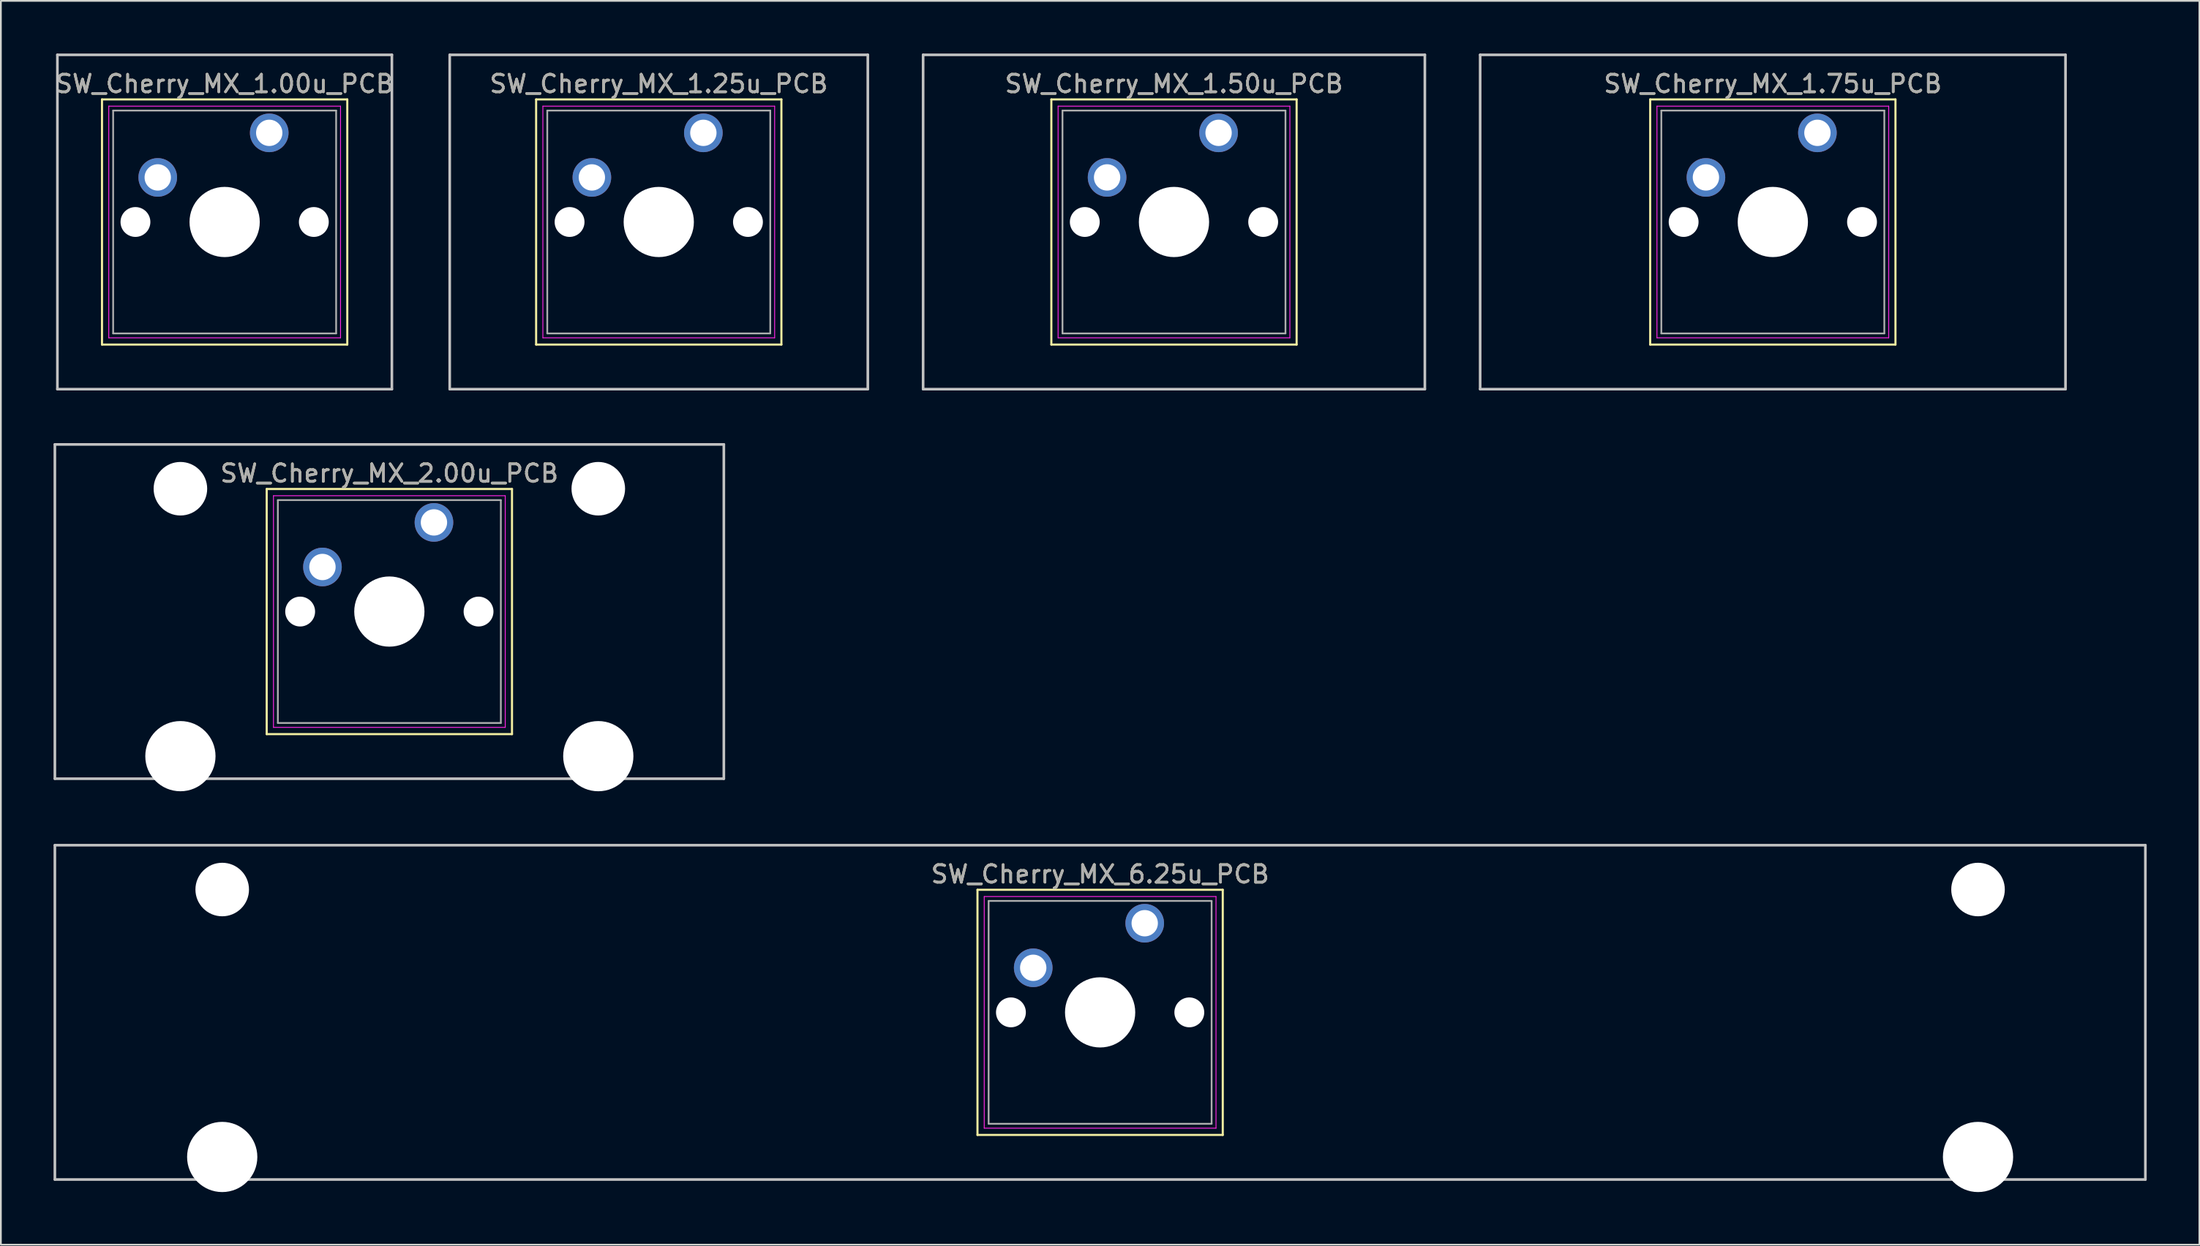
<source format=kicad_pcb>
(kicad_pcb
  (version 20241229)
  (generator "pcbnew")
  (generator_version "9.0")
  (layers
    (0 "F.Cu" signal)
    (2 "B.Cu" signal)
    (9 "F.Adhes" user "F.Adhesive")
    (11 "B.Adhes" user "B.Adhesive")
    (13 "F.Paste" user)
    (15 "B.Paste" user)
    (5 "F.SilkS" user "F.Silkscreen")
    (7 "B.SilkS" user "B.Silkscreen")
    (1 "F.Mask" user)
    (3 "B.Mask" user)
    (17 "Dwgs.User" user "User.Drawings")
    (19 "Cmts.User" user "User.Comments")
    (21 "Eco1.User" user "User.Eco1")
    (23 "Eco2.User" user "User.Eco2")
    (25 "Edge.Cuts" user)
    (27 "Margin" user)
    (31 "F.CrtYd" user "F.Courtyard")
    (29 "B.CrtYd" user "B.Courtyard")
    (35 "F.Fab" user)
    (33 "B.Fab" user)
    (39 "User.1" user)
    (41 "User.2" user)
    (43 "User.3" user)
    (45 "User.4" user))
  (footprint "SW_Cherry_MX_1.00u_PCB"
    (layer "F.Cu")
    (at 12.284 4.52)
    (property "Reference" "SW_Cherry_MX_1.00u_PCB" (at -2.54 -2.794 0) (layer "F.SilkS") (effects (font (size 1 1) (thickness 0.15))))
    (attr through_hole)
    (fp_line (start -9.525 -1.905) (end 4.445 -1.905) (stroke (width 0.12) (type solid)) (layer "F.SilkS"))
    (fp_line (start -9.525 12.065) (end -9.525 -1.905) (stroke (width 0.12) (type solid)) (layer "F.SilkS"))
    (fp_line (start 4.445 -1.905) (end 4.445 12.065) (stroke (width 0.12) (type solid)) (layer "F.SilkS"))
    (fp_line (start 4.445 12.065) (end -9.525 12.065) (stroke (width 0.12) (type solid)) (layer "F.SilkS"))
    (fp_line (start -12.065 -4.445) (end 6.985 -4.445) (stroke (width 0.15) (type solid)) (layer "Dwgs.User"))
    (fp_line (start -12.065 14.605) (end -12.065 -4.445) (stroke (width 0.15) (type solid)) (layer "Dwgs.User"))
    (fp_line (start 6.985 -4.445) (end 6.985 14.605) (stroke (width 0.15) (type solid)) (layer "Dwgs.User"))
    (fp_line (start 6.985 14.605) (end -12.065 14.605) (stroke (width 0.15) (type solid)) (layer "Dwgs.User"))
    (fp_line (start -9.14 -1.52) (end 4.06 -1.52) (stroke (width 0.05) (type solid)) (layer "F.CrtYd"))
    (fp_line (start -9.14 11.68) (end -9.14 -1.52) (stroke (width 0.05) (type solid)) (layer "F.CrtYd"))
    (fp_line (start 4.06 -1.52) (end 4.06 11.68) (stroke (width 0.05) (type solid)) (layer "F.CrtYd"))
    (fp_line (start 4.06 11.68) (end -9.14 11.68) (stroke (width 0.05) (type solid)) (layer "F.CrtYd"))
    (fp_line (start -8.89 -1.27) (end 3.81 -1.27) (stroke (width 0.1) (type solid)) (layer "F.Fab"))
    (fp_line (start -8.89 11.43) (end -8.89 -1.27) (stroke (width 0.1) (type solid)) (layer "F.Fab"))
    (fp_line (start 3.81 -1.27) (end 3.81 11.43) (stroke (width 0.1) (type solid)) (layer "F.Fab"))
    (fp_line (start 3.81 11.43) (end -8.89 11.43) (stroke (width 0.1) (type solid)) (layer "F.Fab"))
    (fp_text user "${REFERENCE}" (at -2.54 -2.794 0) (layer "F.Fab") (effects (font (size 1 1) (thickness 0.15))))
    (pad "" np_thru_hole circle (at -7.62 5.08) (size 1.7 1.7) (drill 1.7) (layers "*.Cu" "*.Mask"))
    (pad "" np_thru_hole circle (at -2.54 5.08) (size 4 4) (drill 4) (layers "*.Cu" "*.Mask"))
    (pad "" np_thru_hole circle (at 2.54 5.08) (size 1.7 1.7) (drill 1.7) (layers "*.Cu" "*.Mask"))
    (pad "1" thru_hole circle (at 0 0) (size 2.2 2.2) (drill 1.5) (layers "*.Cu" "*.Mask"))
    (pad "2" thru_hole circle (at -6.35 2.54) (size 2.2 2.2) (drill 1.5) (layers "*.Cu" "*.Mask")))
  (footprint "SW_Cherry_MX_1.50u_PCB"
    (layer "F.Cu")
    (at 66.353 4.52)
    (property "Reference" "SW_Cherry_MX_1.50u_PCB" (at -2.54 -2.794 0) (layer "F.SilkS") (effects (font (size 1 1) (thickness 0.15))))
    (attr through_hole)
    (fp_line (start -9.525 -1.905) (end 4.445 -1.905) (stroke (width 0.12) (type solid)) (layer "F.SilkS"))
    (fp_line (start -9.525 12.065) (end -9.525 -1.905) (stroke (width 0.12) (type solid)) (layer "F.SilkS"))
    (fp_line (start 4.445 -1.905) (end 4.445 12.065) (stroke (width 0.12) (type solid)) (layer "F.SilkS"))
    (fp_line (start 4.445 12.065) (end -9.525 12.065) (stroke (width 0.12) (type solid)) (layer "F.SilkS"))
    (fp_line (start -16.828 -4.445) (end 11.748 -4.445) (stroke (width 0.15) (type solid)) (layer "Dwgs.User"))
    (fp_line (start -16.828 14.605) (end -16.828 -4.445) (stroke (width 0.15) (type solid)) (layer "Dwgs.User"))
    (fp_line (start 11.748 -4.445) (end 11.748 14.605) (stroke (width 0.15) (type solid)) (layer "Dwgs.User"))
    (fp_line (start 11.748 14.605) (end -16.828 14.605) (stroke (width 0.15) (type solid)) (layer "Dwgs.User"))
    (fp_line (start -9.14 -1.52) (end 4.06 -1.52) (stroke (width 0.05) (type solid)) (layer "F.CrtYd"))
    (fp_line (start -9.14 11.68) (end -9.14 -1.52) (stroke (width 0.05) (type solid)) (layer "F.CrtYd"))
    (fp_line (start 4.06 -1.52) (end 4.06 11.68) (stroke (width 0.05) (type solid)) (layer "F.CrtYd"))
    (fp_line (start 4.06 11.68) (end -9.14 11.68) (stroke (width 0.05) (type solid)) (layer "F.CrtYd"))
    (fp_line (start -8.89 -1.27) (end 3.81 -1.27) (stroke (width 0.1) (type solid)) (layer "F.Fab"))
    (fp_line (start -8.89 11.43) (end -8.89 -1.27) (stroke (width 0.1) (type solid)) (layer "F.Fab"))
    (fp_line (start 3.81 -1.27) (end 3.81 11.43) (stroke (width 0.1) (type solid)) (layer "F.Fab"))
    (fp_line (start 3.81 11.43) (end -8.89 11.43) (stroke (width 0.1) (type solid)) (layer "F.Fab"))
    (fp_text user "${REFERENCE}" (at -2.54 -2.794 0) (layer "F.Fab") (effects (font (size 1 1) (thickness 0.15))))
    (pad "" np_thru_hole circle (at -7.62 5.08) (size 1.7 1.7) (drill 1.7) (layers "*.Cu" "*.Mask"))
    (pad "" np_thru_hole circle (at -2.54 5.08) (size 4 4) (drill 4) (layers "*.Cu" "*.Mask"))
    (pad "" np_thru_hole circle (at 2.54 5.08) (size 1.7 1.7) (drill 1.7) (layers "*.Cu" "*.Mask"))
    (pad "1" thru_hole circle (at 0 0) (size 2.2 2.2) (drill 1.5) (layers "*.Cu" "*.Mask"))
    (pad "2" thru_hole circle (at -6.35 2.54) (size 2.2 2.2) (drill 1.5) (layers "*.Cu" "*.Mask")))
  (footprint "SW_Cherry_MX_1.25u_PCB"
    (layer "F.Cu")
    (at 37.009 4.52)
    (property "Reference" "SW_Cherry_MX_1.25u_PCB" (at -2.54 -2.794 0) (layer "F.SilkS") (effects (font (size 1 1) (thickness 0.15))))
    (attr through_hole)
    (fp_line (start -9.525 -1.905) (end 4.445 -1.905) (stroke (width 0.12) (type solid)) (layer "F.SilkS"))
    (fp_line (start -9.525 12.065) (end -9.525 -1.905) (stroke (width 0.12) (type solid)) (layer "F.SilkS"))
    (fp_line (start 4.445 -1.905) (end 4.445 12.065) (stroke (width 0.12) (type solid)) (layer "F.SilkS"))
    (fp_line (start 4.445 12.065) (end -9.525 12.065) (stroke (width 0.12) (type solid)) (layer "F.SilkS"))
    (fp_line (start -14.446 -4.445) (end 9.366 -4.445) (stroke (width 0.15) (type solid)) (layer "Dwgs.User"))
    (fp_line (start -14.446 14.605) (end -14.446 -4.445) (stroke (width 0.15) (type solid)) (layer "Dwgs.User"))
    (fp_line (start 9.366 -4.445) (end 9.366 14.605) (stroke (width 0.15) (type solid)) (layer "Dwgs.User"))
    (fp_line (start 9.366 14.605) (end -14.446 14.605) (stroke (width 0.15) (type solid)) (layer "Dwgs.User"))
    (fp_line (start -9.14 -1.52) (end 4.06 -1.52) (stroke (width 0.05) (type solid)) (layer "F.CrtYd"))
    (fp_line (start -9.14 11.68) (end -9.14 -1.52) (stroke (width 0.05) (type solid)) (layer "F.CrtYd"))
    (fp_line (start 4.06 -1.52) (end 4.06 11.68) (stroke (width 0.05) (type solid)) (layer "F.CrtYd"))
    (fp_line (start 4.06 11.68) (end -9.14 11.68) (stroke (width 0.05) (type solid)) (layer "F.CrtYd"))
    (fp_line (start -8.89 -1.27) (end 3.81 -1.27) (stroke (width 0.1) (type solid)) (layer "F.Fab"))
    (fp_line (start -8.89 11.43) (end -8.89 -1.27) (stroke (width 0.1) (type solid)) (layer "F.Fab"))
    (fp_line (start 3.81 -1.27) (end 3.81 11.43) (stroke (width 0.1) (type solid)) (layer "F.Fab"))
    (fp_line (start 3.81 11.43) (end -8.89 11.43) (stroke (width 0.1) (type solid)) (layer "F.Fab"))
    (fp_text user "${REFERENCE}" (at -2.54 -2.794 0) (layer "F.Fab") (effects (font (size 1 1) (thickness 0.15))))
    (pad "" np_thru_hole circle (at -7.62 5.08) (size 1.7 1.7) (drill 1.7) (layers "*.Cu" "*.Mask"))
    (pad "" np_thru_hole circle (at -2.54 5.08) (size 4 4) (drill 4) (layers "*.Cu" "*.Mask"))
    (pad "" np_thru_hole circle (at 2.54 5.08) (size 1.7 1.7) (drill 1.7) (layers "*.Cu" "*.Mask"))
    (pad "1" thru_hole circle (at 0 0) (size 2.2 2.2) (drill 1.5) (layers "*.Cu" "*.Mask"))
    (pad "2" thru_hole circle (at -6.35 2.54) (size 2.2 2.2) (drill 1.5) (layers "*.Cu" "*.Mask")))
  (footprint "SW_Cherry_MX_2.00u_PCB"
    (layer "F.Cu")
    (at 21.665 26.72)
    (property "Reference" "SW_Cherry_MX_2.00u_PCB" (at -2.54 -2.794 0) (layer "F.SilkS") (effects (font (size 1 1) (thickness 0.15))))
    (attr through_hole)
    (fp_line (start -9.525 -1.905) (end 4.445 -1.905) (stroke (width 0.12) (type solid)) (layer "F.SilkS"))
    (fp_line (start -9.525 12.065) (end -9.525 -1.905) (stroke (width 0.12) (type solid)) (layer "F.SilkS"))
    (fp_line (start 4.445 -1.905) (end 4.445 12.065) (stroke (width 0.12) (type solid)) (layer "F.SilkS"))
    (fp_line (start 4.445 12.065) (end -9.525 12.065) (stroke (width 0.12) (type solid)) (layer "F.SilkS"))
    (fp_line (start -21.59 -4.445) (end 16.51 -4.445) (stroke (width 0.15) (type solid)) (layer "Dwgs.User"))
    (fp_line (start -21.59 14.605) (end -21.59 -4.445) (stroke (width 0.15) (type solid)) (layer "Dwgs.User"))
    (fp_line (start 16.51 -4.445) (end 16.51 14.605) (stroke (width 0.15) (type solid)) (layer "Dwgs.User"))
    (fp_line (start 16.51 14.605) (end -21.59 14.605) (stroke (width 0.15) (type solid)) (layer "Dwgs.User"))
    (fp_line (start -9.14 -1.52) (end 4.06 -1.52) (stroke (width 0.05) (type solid)) (layer "F.CrtYd"))
    (fp_line (start -9.14 11.68) (end -9.14 -1.52) (stroke (width 0.05) (type solid)) (layer "F.CrtYd"))
    (fp_line (start 4.06 -1.52) (end 4.06 11.68) (stroke (width 0.05) (type solid)) (layer "F.CrtYd"))
    (fp_line (start 4.06 11.68) (end -9.14 11.68) (stroke (width 0.05) (type solid)) (layer "F.CrtYd"))
    (fp_line (start -8.89 -1.27) (end 3.81 -1.27) (stroke (width 0.1) (type solid)) (layer "F.Fab"))
    (fp_line (start -8.89 11.43) (end -8.89 -1.27) (stroke (width 0.1) (type solid)) (layer "F.Fab"))
    (fp_line (start 3.81 -1.27) (end 3.81 11.43) (stroke (width 0.1) (type solid)) (layer "F.Fab"))
    (fp_line (start 3.81 11.43) (end -8.89 11.43) (stroke (width 0.1) (type solid)) (layer "F.Fab"))
    (fp_text user "${REFERENCE}" (at -2.54 -2.794 0) (layer "F.Fab") (effects (font (size 1 1) (thickness 0.15))))
    (pad "" np_thru_hole circle (at -14.44 -1.92) (size 3.05 3.05) (drill 3.05) (layers "*.Cu" "*.Mask"))
    (pad "" np_thru_hole circle (at -14.44 13.32) (size 4 4) (drill 4) (layers "*.Cu" "*.Mask"))
    (pad "" np_thru_hole circle (at -7.62 5.08) (size 1.7 1.7) (drill 1.7) (layers "*.Cu" "*.Mask"))
    (pad "" np_thru_hole circle (at -2.54 5.08) (size 4 4) (drill 4) (layers "*.Cu" "*.Mask"))
    (pad "" np_thru_hole circle (at 2.54 5.08) (size 1.7 1.7) (drill 1.7) (layers "*.Cu" "*.Mask"))
    (pad "" np_thru_hole circle (at 9.36 -1.92) (size 3.05 3.05) (drill 3.05) (layers "*.Cu" "*.Mask"))
    (pad "" np_thru_hole circle (at 9.36 13.32) (size 4 4) (drill 4) (layers "*.Cu" "*.Mask"))
    (pad "1" thru_hole circle (at 0 0) (size 2.2 2.2) (drill 1.5) (layers "*.Cu" "*.Mask"))
    (pad "2" thru_hole circle (at -6.35 2.54) (size 2.2 2.2) (drill 1.5) (layers "*.Cu" "*.Mask")))
  (footprint "SW_Cherry_MX_6.25u_PCB"
    (layer "F.Cu")
    (at 62.146 49.56)
    (property "Reference" "SW_Cherry_MX_6.25u_PCB" (at -2.54 -2.794 0) (layer "F.SilkS") (effects (font (size 1 1) (thickness 0.15))))
    (attr through_hole)
    (fp_line (start -9.525 -1.905) (end 4.445 -1.905) (stroke (width 0.12) (type solid)) (layer "F.SilkS"))
    (fp_line (start -9.525 12.065) (end -9.525 -1.905) (stroke (width 0.12) (type solid)) (layer "F.SilkS"))
    (fp_line (start 4.445 -1.905) (end 4.445 12.065) (stroke (width 0.12) (type solid)) (layer "F.SilkS"))
    (fp_line (start 4.445 12.065) (end -9.525 12.065) (stroke (width 0.12) (type solid)) (layer "F.SilkS"))
    (fp_line (start -62.071 -4.445) (end 56.991 -4.445) (stroke (width 0.15) (type solid)) (layer "Dwgs.User"))
    (fp_line (start -62.071 14.605) (end -62.071 -4.445) (stroke (width 0.15) (type solid)) (layer "Dwgs.User"))
    (fp_line (start 56.991 -4.445) (end 56.991 14.605) (stroke (width 0.15) (type solid)) (layer "Dwgs.User"))
    (fp_line (start 56.991 14.605) (end -62.071 14.605) (stroke (width 0.15) (type solid)) (layer "Dwgs.User"))
    (fp_line (start -9.14 -1.52) (end 4.06 -1.52) (stroke (width 0.05) (type solid)) (layer "F.CrtYd"))
    (fp_line (start -9.14 11.68) (end -9.14 -1.52) (stroke (width 0.05) (type solid)) (layer "F.CrtYd"))
    (fp_line (start 4.06 -1.52) (end 4.06 11.68) (stroke (width 0.05) (type solid)) (layer "F.CrtYd"))
    (fp_line (start 4.06 11.68) (end -9.14 11.68) (stroke (width 0.05) (type solid)) (layer "F.CrtYd"))
    (fp_line (start -8.89 -1.27) (end 3.81 -1.27) (stroke (width 0.1) (type solid)) (layer "F.Fab"))
    (fp_line (start -8.89 11.43) (end -8.89 -1.27) (stroke (width 0.1) (type solid)) (layer "F.Fab"))
    (fp_line (start 3.81 -1.27) (end 3.81 11.43) (stroke (width 0.1) (type solid)) (layer "F.Fab"))
    (fp_line (start 3.81 11.43) (end -8.89 11.43) (stroke (width 0.1) (type solid)) (layer "F.Fab"))
    (fp_text user "${REFERENCE}" (at -2.54 -2.794 0) (layer "F.Fab") (effects (font (size 1 1) (thickness 0.15))))
    (pad "" np_thru_hole circle (at -52.54 -1.92) (size 3.05 3.05) (drill 3.05) (layers "*.Cu" "*.Mask"))
    (pad "" np_thru_hole circle (at -52.54 13.32) (size 4 4) (drill 4) (layers "*.Cu" "*.Mask"))
    (pad "" np_thru_hole circle (at -7.62 5.08) (size 1.7 1.7) (drill 1.7) (layers "*.Cu" "*.Mask"))
    (pad "" np_thru_hole circle (at -2.54 5.08) (size 4 4) (drill 4) (layers "*.Cu" "*.Mask"))
    (pad "" np_thru_hole circle (at 2.54 5.08) (size 1.7 1.7) (drill 1.7) (layers "*.Cu" "*.Mask"))
    (pad "" np_thru_hole circle (at 47.46 -1.92) (size 3.05 3.05) (drill 3.05) (layers "*.Cu" "*.Mask"))
    (pad "" np_thru_hole circle (at 47.46 13.32) (size 4 4) (drill 4) (layers "*.Cu" "*.Mask"))
    (pad "1" thru_hole circle (at 0 0) (size 2.2 2.2) (drill 1.5) (layers "*.Cu" "*.Mask"))
    (pad "2" thru_hole circle (at -6.35 2.54) (size 2.2 2.2) (drill 1.5) (layers "*.Cu" "*.Mask")))
  (footprint "SW_Cherry_MX_1.75u_PCB"
    (layer "F.Cu")
    (at 100.459 4.52)
    (property "Reference" "SW_Cherry_MX_1.75u_PCB" (at -2.54 -2.794 0) (layer "F.SilkS") (effects (font (size 1 1) (thickness 0.15))))
    (attr through_hole)
    (fp_line (start -9.525 -1.905) (end 4.445 -1.905) (stroke (width 0.12) (type solid)) (layer "F.SilkS"))
    (fp_line (start -9.525 12.065) (end -9.525 -1.905) (stroke (width 0.12) (type solid)) (layer "F.SilkS"))
    (fp_line (start 4.445 -1.905) (end 4.445 12.065) (stroke (width 0.12) (type solid)) (layer "F.SilkS"))
    (fp_line (start 4.445 12.065) (end -9.525 12.065) (stroke (width 0.12) (type solid)) (layer "F.SilkS"))
    (fp_line (start -19.209 -4.445) (end 14.129 -4.445) (stroke (width 0.15) (type solid)) (layer "Dwgs.User"))
    (fp_line (start -19.209 14.605) (end -19.209 -4.445) (stroke (width 0.15) (type solid)) (layer "Dwgs.User"))
    (fp_line (start 14.129 -4.445) (end 14.129 14.605) (stroke (width 0.15) (type solid)) (layer "Dwgs.User"))
    (fp_line (start 14.129 14.605) (end -19.209 14.605) (stroke (width 0.15) (type solid)) (layer "Dwgs.User"))
    (fp_line (start -9.14 -1.52) (end 4.06 -1.52) (stroke (width 0.05) (type solid)) (layer "F.CrtYd"))
    (fp_line (start -9.14 11.68) (end -9.14 -1.52) (stroke (width 0.05) (type solid)) (layer "F.CrtYd"))
    (fp_line (start 4.06 -1.52) (end 4.06 11.68) (stroke (width 0.05) (type solid)) (layer "F.CrtYd"))
    (fp_line (start 4.06 11.68) (end -9.14 11.68) (stroke (width 0.05) (type solid)) (layer "F.CrtYd"))
    (fp_line (start -8.89 -1.27) (end 3.81 -1.27) (stroke (width 0.1) (type solid)) (layer "F.Fab"))
    (fp_line (start -8.89 11.43) (end -8.89 -1.27) (stroke (width 0.1) (type solid)) (layer "F.Fab"))
    (fp_line (start 3.81 -1.27) (end 3.81 11.43) (stroke (width 0.1) (type solid)) (layer "F.Fab"))
    (fp_line (start 3.81 11.43) (end -8.89 11.43) (stroke (width 0.1) (type solid)) (layer "F.Fab"))
    (fp_text user "${REFERENCE}" (at -2.54 -2.794 0) (layer "F.Fab") (effects (font (size 1 1) (thickness 0.15))))
    (pad "" np_thru_hole circle (at -7.62 5.08) (size 1.7 1.7) (drill 1.7) (layers "*.Cu" "*.Mask"))
    (pad "" np_thru_hole circle (at -2.54 5.08) (size 4 4) (drill 4) (layers "*.Cu" "*.Mask"))
    (pad "" np_thru_hole circle (at 2.54 5.08) (size 1.7 1.7) (drill 1.7) (layers "*.Cu" "*.Mask"))
    (pad "1" thru_hole circle (at 0 0) (size 2.2 2.2) (drill 1.5) (layers "*.Cu" "*.Mask"))
    (pad "2" thru_hole circle (at -6.35 2.54) (size 2.2 2.2) (drill 1.5) (layers "*.Cu" "*.Mask")))
  (gr_rect
    (start -3 -3)
    (end 122.213 67.88)
    (stroke (width 0.1) (type default))
    (fill no)
    (layer "Edge.Cuts")))
</source>
